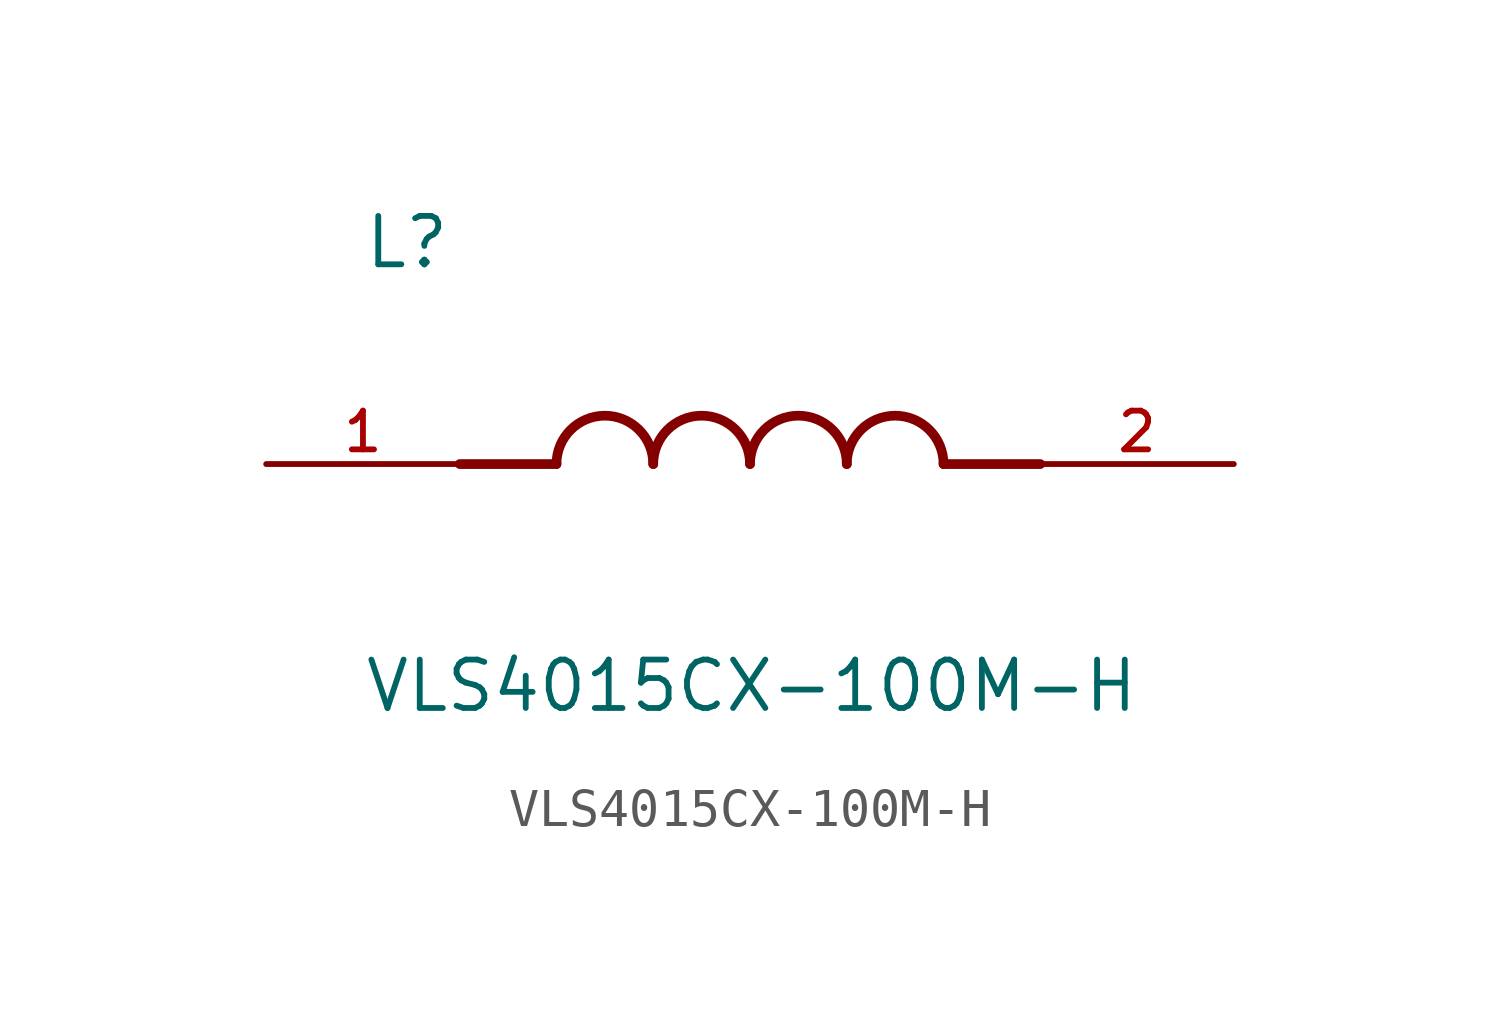
<source format=kicad_sym>
(kicad_symbol_lib
  (version 20211014)
  (generator kicad_symbol_editor)
  (symbol "VLS4015CX-100M-H"
    (pin_names
      (offset 1.016))
    (property "Reference" "L"
      (at -10.16 5.08 0)
      (effects (font (size 1.27 1.27)) (justify bottom left)))
    (property "Value" "VLS4015CX-100M-H"
      (at -10.16 -5.08 0)
      (effects (font (size 1.27 1.27)) (justify top left)))
    (symbol "VLS4015CX-100M-H_0_0"
      (polyline (pts (xy -5.08 0.0) (xy -7.62 0.0)) (stroke (width 0.254)))
      (polyline (pts (xy 5.08 0.0) (xy 7.62 0.0)) (stroke (width 0.254)))
      (arc (start -2.54 0.0) (mid -3.81 1.27) (end -5.08 0.0) (stroke (width 0.254) (type default) (color 0 0 0 0)) (fill (type none)))
      (arc (start 0.0 0.0) (mid -1.27 1.27) (end -2.54 0.0) (stroke (width 0.254) (type default) (color 0 0 0 0)) (fill (type none)))
      (arc (start 2.54 0.0) (mid 1.27 1.27) (end 0.0 0.0) (stroke (width 0.254) (type default) (color 0 0 0 0)) (fill (type none)))
      (arc (start 5.08 0.0) (mid 3.81 1.27) (end 2.54 0.0) (stroke (width 0.254) (type default) (color 0 0 0 0)) (fill (type none)))
      (pin passive line (at -12.7 0.0 0) (length 5.08) (name "~" (effects (font (size 1.016 1.016)))) (number "1" (effects (font (size 1.016 1.016)))))
      (pin passive line (at 12.7 0.0 180.0) (length 5.08) (name "~" (effects (font (size 1.016 1.016)))) (number "2" (effects (font (size 1.016 1.016))))))))
</source>
